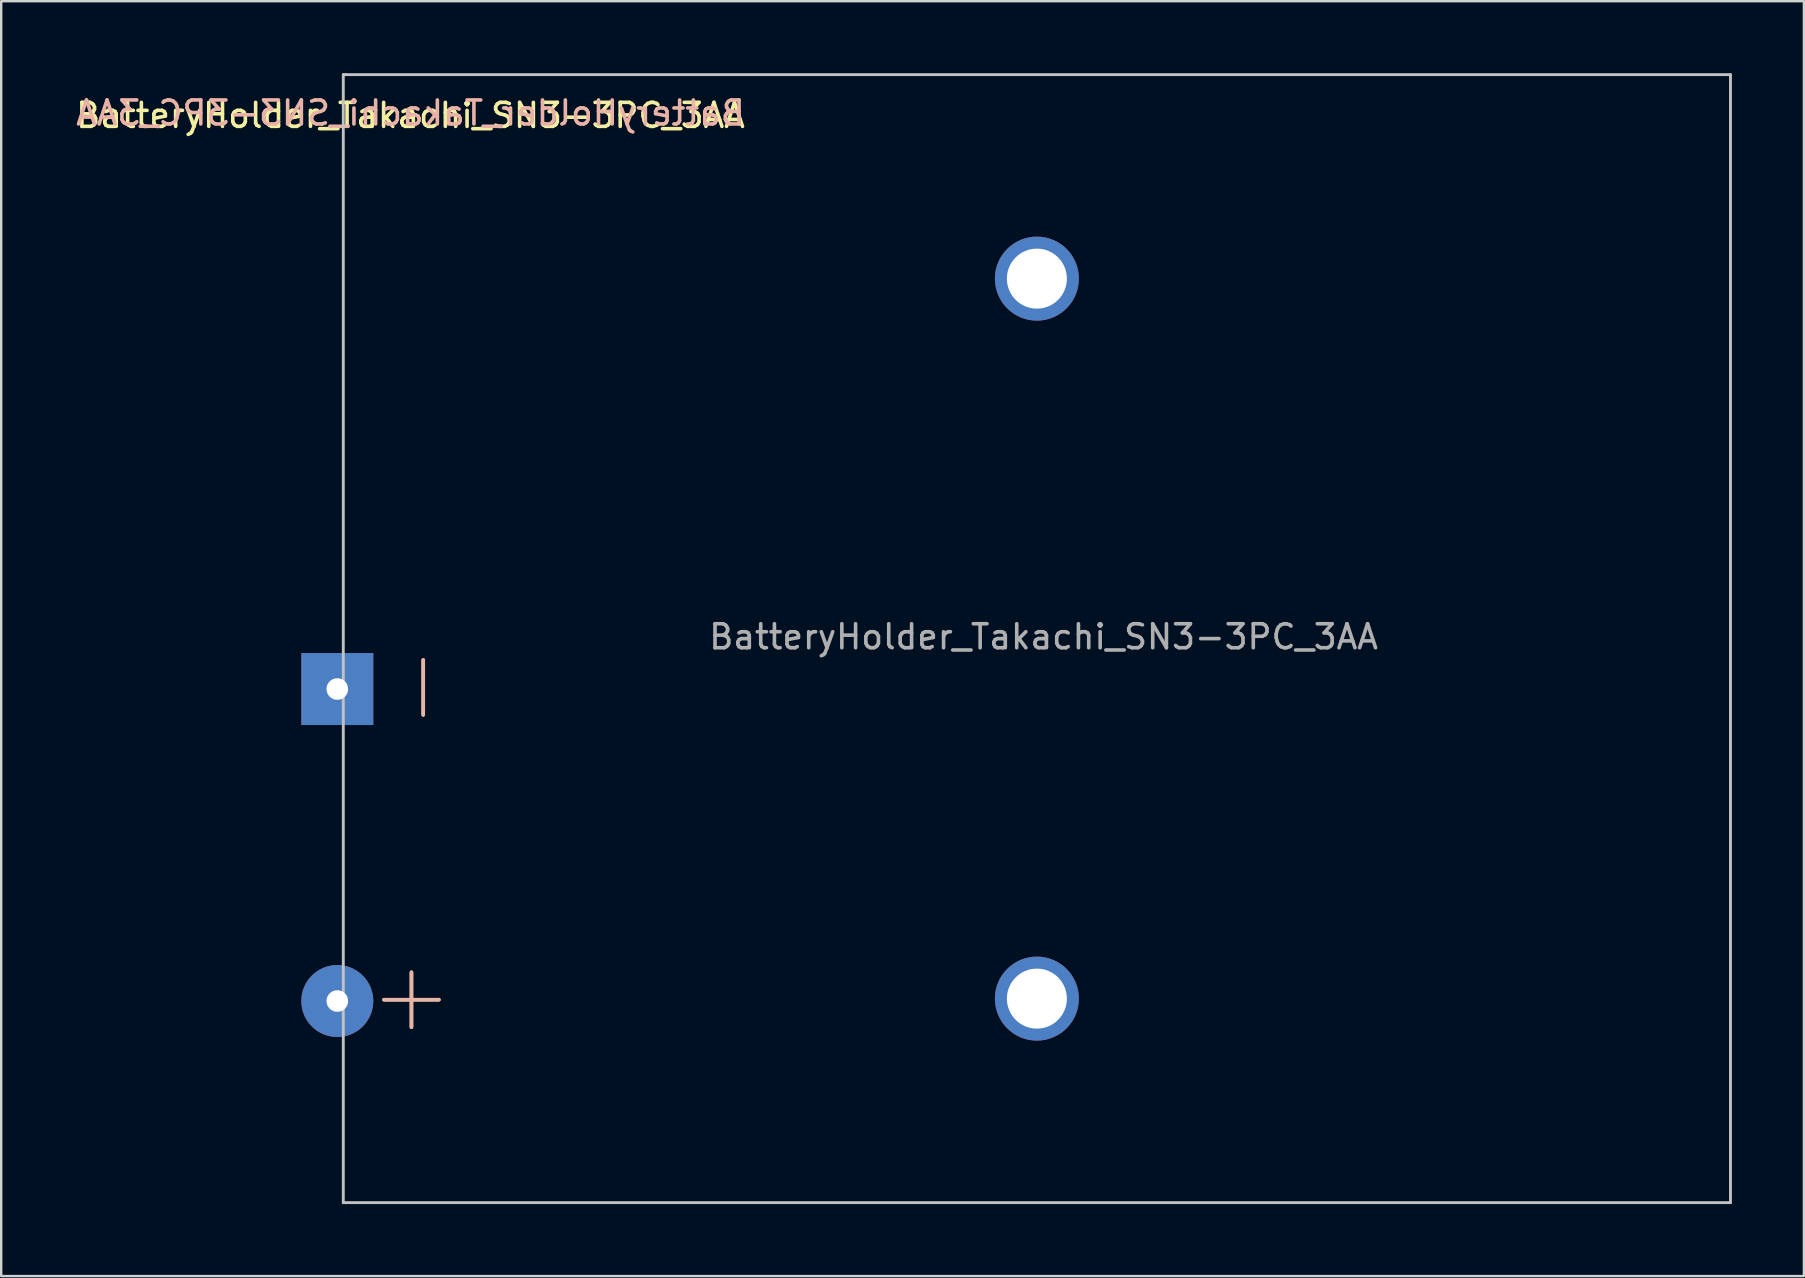
<source format=kicad_pcb>
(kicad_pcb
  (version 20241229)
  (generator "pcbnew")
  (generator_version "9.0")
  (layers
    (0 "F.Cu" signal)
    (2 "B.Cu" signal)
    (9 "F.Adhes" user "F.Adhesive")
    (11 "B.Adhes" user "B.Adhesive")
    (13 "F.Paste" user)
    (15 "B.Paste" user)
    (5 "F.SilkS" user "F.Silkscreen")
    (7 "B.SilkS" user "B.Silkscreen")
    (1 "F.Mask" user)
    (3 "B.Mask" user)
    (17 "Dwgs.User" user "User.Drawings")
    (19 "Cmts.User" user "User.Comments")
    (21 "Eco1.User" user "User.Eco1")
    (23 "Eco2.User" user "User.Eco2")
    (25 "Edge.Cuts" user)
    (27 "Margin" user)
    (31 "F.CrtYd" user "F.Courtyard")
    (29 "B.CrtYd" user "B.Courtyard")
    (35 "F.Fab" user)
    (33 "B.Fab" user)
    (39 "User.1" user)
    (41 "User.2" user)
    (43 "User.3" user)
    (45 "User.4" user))
  (footprint "BatteryHolder_Takachi_SN3-3PC_3AA"
    (layer "F.Cu")
    (at 40.154 23.56)
    (property "Reference" "BatteryHolder_Takachi_SN3-3PC_3AA" (at -26.1 -21.9 0) (layer "B.SilkS") (effects (font (size 1 1) (thickness 0.15)) (justify mirror)))
    (attr through_hole)
    (fp_line (start -28.9 -23.5) (end -28.8 -23.5) (stroke (width 0.12) (type solid)) (layer "Dwgs.User"))
    (fp_line (start -28.9 23.5) (end -28.9 -23.5) (stroke (width 0.12) (type solid)) (layer "Dwgs.User"))
    (fp_line (start -28.8 -23.5) (end 28.9 -23.5) (stroke (width 0.12) (type solid)) (layer "Dwgs.User"))
    (fp_line (start 28.9 -23.5) (end 28.9 23.5) (stroke (width 0.12) (type solid)) (layer "Dwgs.User"))
    (fp_line (start 28.9 23.5) (end -28.9 23.5) (stroke (width 0.12) (type solid)) (layer "Dwgs.User"))
    (fp_text user "+" (at -26.06 14.808 0) (layer "F.SilkS") (effects (font (size 3 3) (thickness 0.15))))
    (fp_text user "-" (at -25.806 2.032 90) (layer "F.SilkS") (effects (font (size 3 3) (thickness 0.15))))
    (fp_text user "${REFERENCE}" (at -26.1 -21.8 0) (layer "F.SilkS") (effects (font (size 1 1) (thickness 0.15))))
    (fp_text user "+" (at -26.06 14.808 0) (layer "B.SilkS") (effects (font (size 3 3) (thickness 0.15))))
    (fp_text user "-" (at -25.806 2.032 90) (layer "B.SilkS") (effects (font (size 3 3) (thickness 0.15))))
    (fp_text user "${REFERENCE}" (at 0.279 -0.076 0) (layer "F.Fab") (effects (font (size 1 1) (thickness 0.15))))
    (pad "" np_thru_hole circle (at 0 -15) (size 3.5 3.5) (drill 2.5) (layers "*.Cu" "*.Mask"))
    (pad "" np_thru_hole circle (at 0 15) (size 3.5 3.5) (drill 2.5) (layers "*.Cu" "*.Mask"))
    (pad "1" thru_hole circle (at -29.15 15.1) (size 3 3) (drill 0.9) (layers "*.Cu" "*.Mask"))
    (pad "2" thru_hole rect (at -29.15 2.1) (size 3 3) (drill 0.9) (layers "*.Cu" "*.Mask")))
  (gr_rect
    (start -3 -3)
    (end 72.114 50.12)
    (stroke (width 0.1) (type default))
    (fill no)
    (layer "Edge.Cuts")))
</source>
